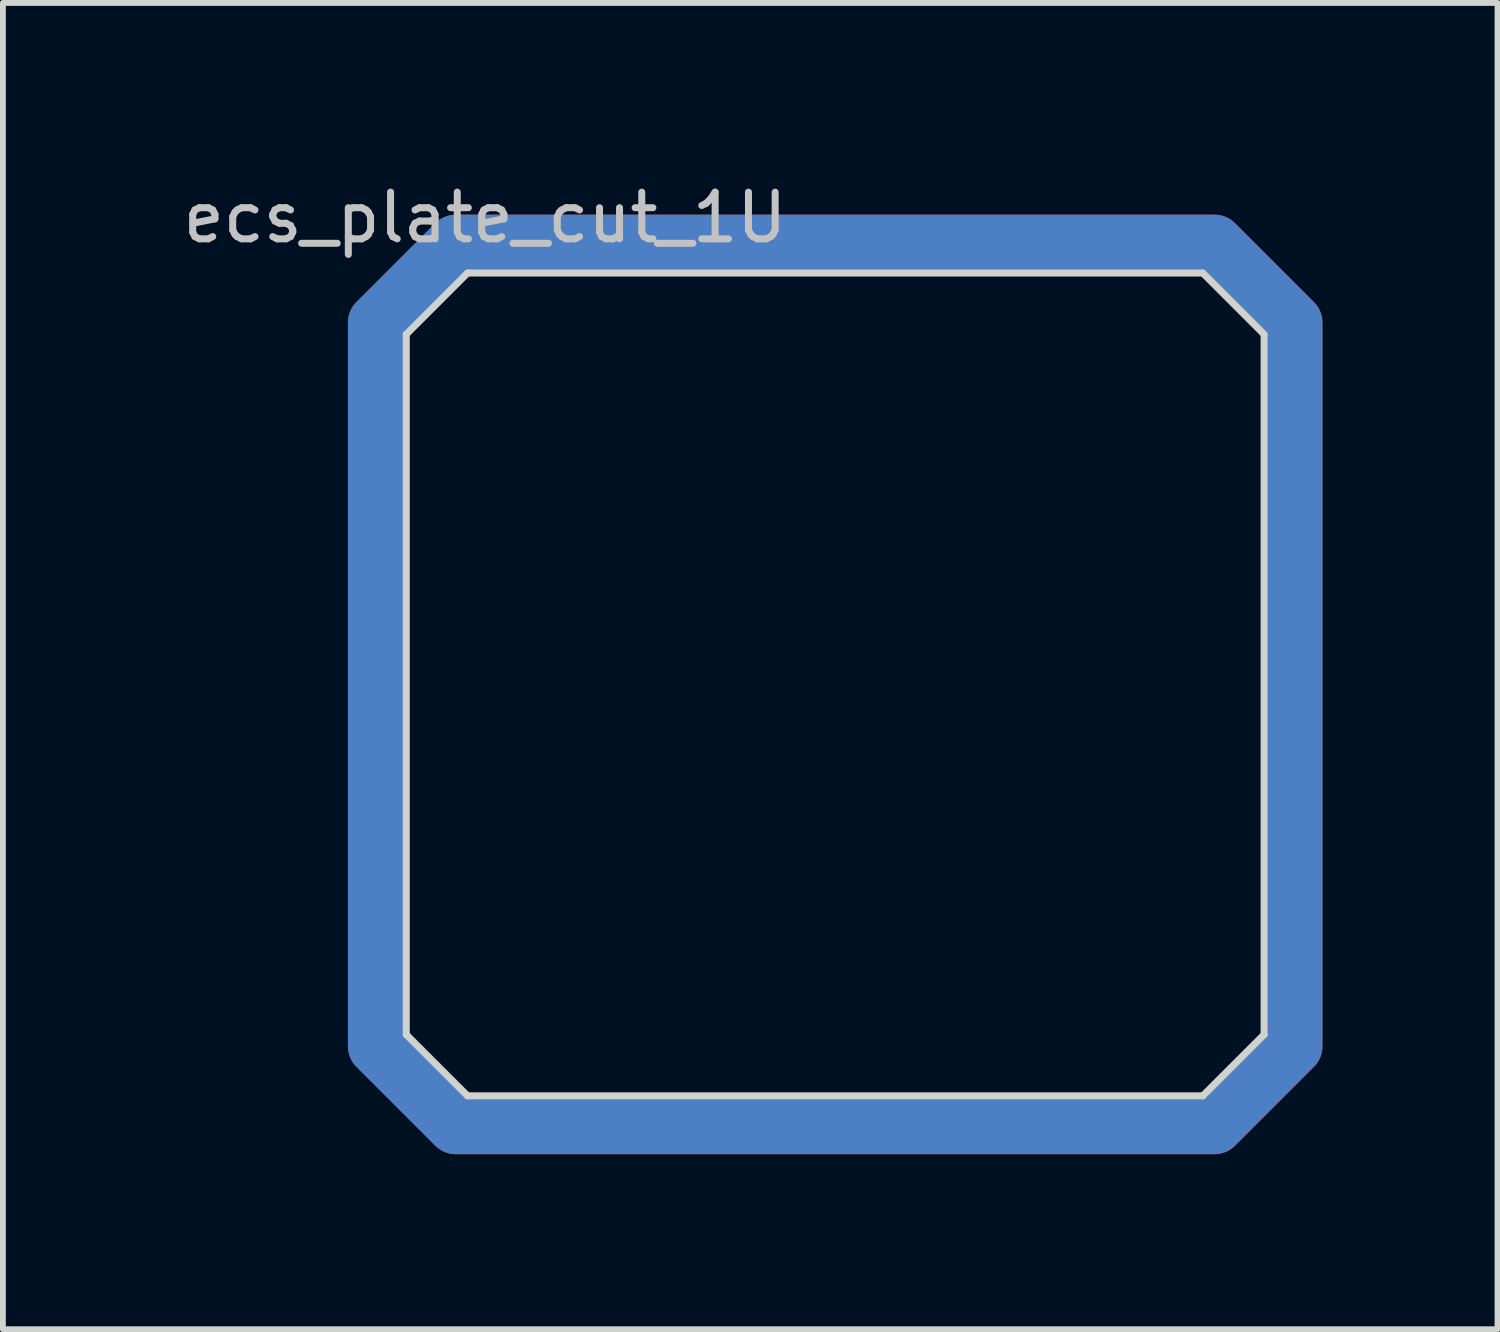
<source format=kicad_pcb>
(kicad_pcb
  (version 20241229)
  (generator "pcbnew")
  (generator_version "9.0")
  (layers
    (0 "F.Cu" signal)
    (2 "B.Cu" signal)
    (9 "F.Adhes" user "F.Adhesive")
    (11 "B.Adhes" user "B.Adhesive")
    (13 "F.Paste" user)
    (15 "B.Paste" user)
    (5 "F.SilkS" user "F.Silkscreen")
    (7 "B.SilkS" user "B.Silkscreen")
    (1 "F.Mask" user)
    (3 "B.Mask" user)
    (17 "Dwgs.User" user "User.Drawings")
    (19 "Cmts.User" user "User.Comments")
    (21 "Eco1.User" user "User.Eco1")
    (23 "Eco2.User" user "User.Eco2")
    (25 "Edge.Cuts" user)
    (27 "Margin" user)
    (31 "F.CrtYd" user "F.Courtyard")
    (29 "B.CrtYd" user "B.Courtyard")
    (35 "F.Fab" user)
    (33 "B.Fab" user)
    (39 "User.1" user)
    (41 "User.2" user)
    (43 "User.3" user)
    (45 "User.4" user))
  (footprint "ecs_plate_cut_1U"
    (layer "F.Cu")
    (at 11.262 8.679)
    (property "Reference" "ecs_plate_cut_1U" (at -6 -8 0) (layer "Dwgs.User") (effects (font (size 0.8 0.8) (thickness 0.12))))
    (attr smd)
    (fp_poly (pts (xy 6.5 -7.55) (xy 7.85 -6.2) (xy 7.85 6.2) (xy 6.5 7.55) (xy -6.5 7.55) (xy -7.85 6.2) (xy -7.85 -6.2) (xy -6.5 -7.55)) (stroke (width 1) (type solid)) (fill no) (layer "F.Cu"))
    (fp_poly (pts (xy 6.5 -7.55) (xy 7.85 -6.2) (xy 7.85 6.2) (xy 6.5 7.55) (xy -6.5 7.55) (xy -7.85 6.2) (xy -7.85 -6.2) (xy -6.5 -7.55)) (stroke (width 1) (type solid)) (fill no) (layer "F.Mask"))
    (fp_poly (pts (xy 6.5 -7.55) (xy 7.85 -6.2) (xy 7.85 6.2) (xy 6.5 7.55) (xy -6.5 7.55) (xy -7.85 6.2) (xy -7.85 -6.2) (xy -6.5 -7.55)) (stroke (width 1) (type solid)) (fill no) (layer "B.Cu"))
    (fp_poly (pts (xy 6.5 -7.55) (xy 7.85 -6.2) (xy 7.85 6.2) (xy 6.5 7.55) (xy -6.5 7.55) (xy -7.85 6.2) (xy -7.85 -6.2) (xy -6.5 -7.55)) (stroke (width 1) (type solid)) (fill no) (layer "B.Mask"))
    (fp_line (start -7.35 -6) (end -7.35 6) (stroke (width 0.12) (type solid)) (layer "Edge.Cuts"))
    (fp_line (start -7.35 6) (end -6.3 7.05) (stroke (width 0.12) (type solid)) (layer "Edge.Cuts"))
    (fp_line (start -6.3 -7.05) (end -7.35 -6) (stroke (width 0.12) (type solid)) (layer "Edge.Cuts"))
    (fp_line (start -6.3 7.05) (end 6.3 7.05) (stroke (width 0.12) (type solid)) (layer "Edge.Cuts"))
    (fp_line (start 6.3 -7.05) (end -6.3 -7.05) (stroke (width 0.12) (type solid)) (layer "Edge.Cuts"))
    (fp_line (start 6.3 -7.05) (end 7.35 -6) (stroke (width 0.12) (type solid)) (layer "Edge.Cuts"))
    (fp_line (start 6.3 7.05) (end 7.35 6) (stroke (width 0.12) (type solid)) (layer "Edge.Cuts"))
    (fp_line (start 7.35 6) (end 7.35 -6) (stroke (width 0.12) (type solid)) (layer "Edge.Cuts")))
  (gr_rect
    (start -3 -3)
    (end 22.612 19.729)
    (stroke (width 0.1) (type default))
    (fill no)
    (layer "Edge.Cuts")))
</source>
